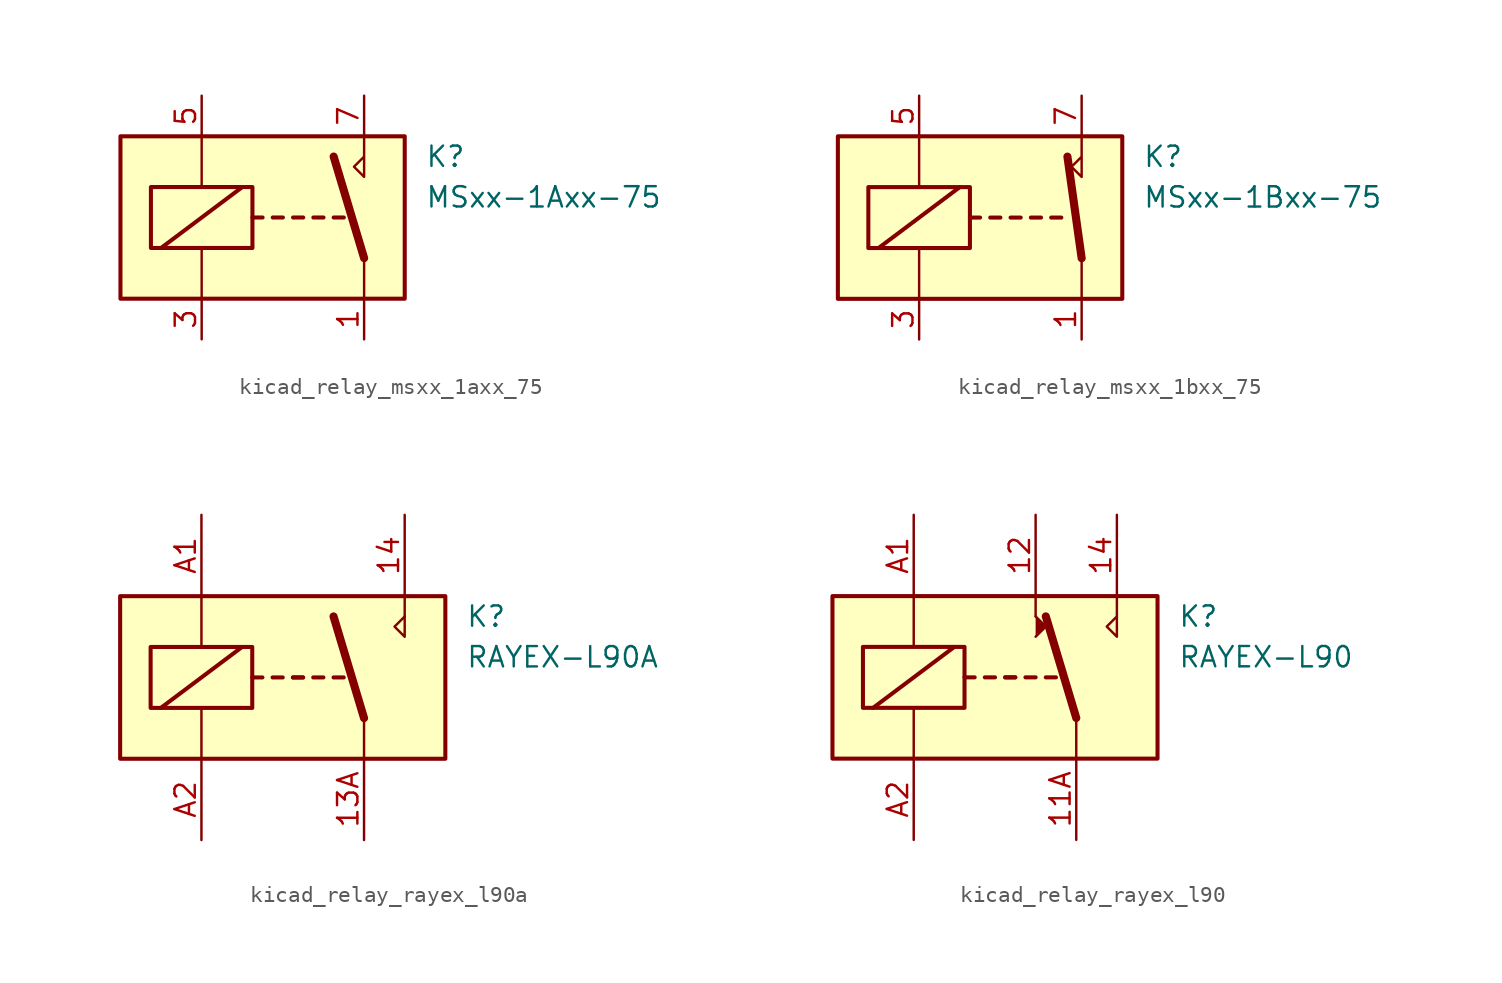
<source format=kicad_sym>
(kicad_symbol_lib
  (version 20220914)
  (generator kicad_symbol_editor)
  (symbol "kicad_relay_msxx_1axx_75"
    (property "Reference" "K"
      (at 8.89 3.81 0)
      (effects (font (size 1.27 1.27)) (justify left)))
    (property "Value" "MSxx-1Axx-75"
      (at 8.89 1.27 0)
      (effects (font (size 1.27 1.27)) (justify left)))
    (symbol "kicad_relay_msxx_1axx_75_0_0"
      (polyline (pts (xy 5.08 5.08) (xy 5.08 2.54) (xy 4.445 3.175) (xy 5.08 3.81)) (stroke (width 0) (type default)) (fill (type none))))
    (symbol "kicad_relay_msxx_1axx_75_0_1"
      (rectangle (start -10.16 5.08) (end 7.62 -5.08) (stroke (width 0.254) (type default)) (fill (type background)))
      (rectangle (start -8.255 1.905) (end -1.905 -1.905) (stroke (width 0.254) (type default)) (fill (type none)))
      (polyline (pts (xy -7.62 -1.905) (xy -2.54 1.905)) (stroke (width 0.254) (type default)) (fill (type none)))
      (polyline (pts (xy -5.08 -5.08) (xy -5.08 -1.905)) (stroke (width 0) (type default)) (fill (type none)))
      (polyline (pts (xy -5.08 5.08) (xy -5.08 1.905)) (stroke (width 0) (type default)) (fill (type none)))
      (polyline (pts (xy -1.905 0) (xy -1.27 0)) (stroke (width 0.254) (type default)) (fill (type none)))
      (polyline (pts (xy -0.635 0) (xy 0 0)) (stroke (width 0.254) (type default)) (fill (type none)))
      (polyline (pts (xy 0.635 0) (xy 1.27 0)) (stroke (width 0.254) (type default)) (fill (type none)))
      (polyline (pts (xy 1.905 0) (xy 2.54 0)) (stroke (width 0.254) (type default)) (fill (type none)))
      (polyline (pts (xy 3.175 0) (xy 3.81 0)) (stroke (width 0.254) (type default)) (fill (type none)))
      (polyline (pts (xy 5.08 -2.54) (xy 3.175 3.81)) (stroke (width 0.508) (type default)) (fill (type none)))
      (polyline (pts (xy 5.08 -2.54) (xy 5.08 -5.08)) (stroke (width 0) (type default)) (fill (type none))))
    (symbol "kicad_relay_msxx_1axx_75_1_1"
      (pin passive line (at 5.08 -7.62 90) (length 2.54) (name "~" (effects (font (size 1.27 1.27)))) (number "1" (effects (font (size 1.27 1.27)))))
      (pin passive line (at -5.08 -7.62 90) (length 2.54) (name "~" (effects (font (size 1.27 1.27)))) (number "3" (effects (font (size 1.27 1.27)))))
      (pin passive line (at -5.08 7.62 270) (length 2.54) (name "~" (effects (font (size 1.27 1.27)))) (number "5" (effects (font (size 1.27 1.27)))))
      (pin passive line (at 5.08 7.62 270) (length 2.54) (name "~" (effects (font (size 1.27 1.27)))) (number "7" (effects (font (size 1.27 1.27)))))))
  (symbol "kicad_relay_msxx_1bxx_75"
    (property "Reference" "K"
      (at 8.89 3.81 0)
      (effects (font (size 1.27 1.27)) (justify left)))
    (property "Value" "MSxx-1Bxx-75"
      (at 8.89 1.27 0)
      (effects (font (size 1.27 1.27)) (justify left)))
    (symbol "kicad_relay_msxx_1bxx_75_0_0"
      (polyline (pts (xy 5.08 5.08) (xy 5.08 2.54) (xy 4.445 3.175) (xy 5.08 3.81)) (stroke (width 0) (type default)) (fill (type none))))
    (symbol "kicad_relay_msxx_1bxx_75_0_1"
      (rectangle (start -10.16 5.08) (end 7.62 -5.08) (stroke (width 0.254) (type default)) (fill (type background)))
      (rectangle (start -8.255 1.905) (end -1.905 -1.905) (stroke (width 0.254) (type default)) (fill (type none)))
      (polyline (pts (xy -7.62 -1.905) (xy -2.54 1.905)) (stroke (width 0.254) (type default)) (fill (type none)))
      (polyline (pts (xy -5.08 -5.08) (xy -5.08 -1.905)) (stroke (width 0) (type default)) (fill (type none)))
      (polyline (pts (xy -5.08 5.08) (xy -5.08 1.905)) (stroke (width 0) (type default)) (fill (type none)))
      (polyline (pts (xy -1.905 0) (xy -1.27 0)) (stroke (width 0.254) (type default)) (fill (type none)))
      (polyline (pts (xy -0.635 0) (xy 0 0)) (stroke (width 0.254) (type default)) (fill (type none)))
      (polyline (pts (xy 0.635 0) (xy 1.27 0)) (stroke (width 0.254) (type default)) (fill (type none)))
      (polyline (pts (xy 1.905 0) (xy 2.54 0)) (stroke (width 0.254) (type default)) (fill (type none)))
      (polyline (pts (xy 3.175 0) (xy 3.81 0)) (stroke (width 0.254) (type default)) (fill (type none)))
      (polyline (pts (xy 5.08 -2.54) (xy 4.191 3.81)) (stroke (width 0.508) (type default)) (fill (type none)))
      (polyline (pts (xy 5.08 -2.54) (xy 5.08 -5.08)) (stroke (width 0) (type default)) (fill (type none))))
    (symbol "kicad_relay_msxx_1bxx_75_1_1"
      (pin passive line (at 5.08 -7.62 90) (length 2.54) (name "~" (effects (font (size 1.27 1.27)))) (number "1" (effects (font (size 1.27 1.27)))))
      (pin passive line (at -5.08 -7.62 90) (length 2.54) (name "~" (effects (font (size 1.27 1.27)))) (number "3" (effects (font (size 1.27 1.27)))))
      (pin passive line (at -5.08 7.62 270) (length 2.54) (name "~" (effects (font (size 1.27 1.27)))) (number "5" (effects (font (size 1.27 1.27)))))
      (pin passive line (at 5.08 7.62 270) (length 2.54) (name "~" (effects (font (size 1.27 1.27)))) (number "7" (effects (font (size 1.27 1.27)))))))
  (symbol "kicad_relay_rayex_l90a"
    (property "Reference" "K"
      (at 11.43 3.81 0)
      (effects (font (size 1.27 1.27)) (justify left)))
    (property "Value" "RAYEX-L90A"
      (at 11.43 1.27 0)
      (effects (font (size 1.27 1.27)) (justify left)))
    (symbol "kicad_relay_rayex_l90a_1_0"
      (polyline (pts (xy 7.62 3.81) (xy 7.62 5.08)) (stroke (width 0) (type default)) (fill (type none)))
      (polyline (pts (xy 7.62 3.81) (xy 7.62 2.54) (xy 6.985 3.175) (xy 7.62 3.81)) (stroke (width 0) (type default)) (fill (type none))))
    (symbol "kicad_relay_rayex_l90a_1_1"
      (rectangle (start -10.16 5.08) (end 10.16 -5.08) (stroke (width 0.254) (type default)) (fill (type background)))
      (rectangle (start -8.255 1.905) (end -1.905 -1.905) (stroke (width 0.254) (type default)) (fill (type none)))
      (polyline (pts (xy -7.62 -1.905) (xy -2.54 1.905)) (stroke (width 0.254) (type default)) (fill (type none)))
      (polyline (pts (xy -5.08 -5.08) (xy -5.08 -1.905)) (stroke (width 0) (type default)) (fill (type none)))
      (polyline (pts (xy -5.08 5.08) (xy -5.08 1.905)) (stroke (width 0) (type default)) (fill (type none)))
      (polyline (pts (xy -1.905 0) (xy -1.27 0)) (stroke (width 0.254) (type default)) (fill (type none)))
      (polyline (pts (xy -0.635 0) (xy 0 0)) (stroke (width 0.254) (type default)) (fill (type none)))
      (polyline (pts (xy 0.635 0) (xy 1.27 0)) (stroke (width 0.254) (type default)) (fill (type none)))
      (polyline (pts (xy 0.635 0) (xy 1.27 0)) (stroke (width 0.254) (type default)) (fill (type none)))
      (polyline (pts (xy 1.905 0) (xy 2.54 0)) (stroke (width 0.254) (type default)) (fill (type none)))
      (polyline (pts (xy 3.175 0) (xy 3.81 0)) (stroke (width 0.254) (type default)) (fill (type none)))
      (polyline (pts (xy 5.08 -2.54) (xy 3.175 3.81)) (stroke (width 0.508) (type default)) (fill (type none)))
      (polyline (pts (xy 5.08 -2.54) (xy 5.08 -5.08)) (stroke (width 0) (type default)) (fill (type none)))
      (pin passive line (at 5.08 -10.16 90) (length 5.08) (name "~" (effects (font (size 1.27 1.27)))) (number "13A" (effects (font (size 1.27 1.27)))))
      (pin passive line (at 5.08 -10.16 90) (length 5.08) hide (name "~" (effects (font (size 1.27 1.27)))) (number "13B" (effects (font (size 1.27 1.27)))))
      (pin passive line (at 7.62 10.16 270) (length 5.08) (name "~" (effects (font (size 1.27 1.27)))) (number "14" (effects (font (size 1.27 1.27)))))
      (pin passive line (at -5.08 10.16 270) (length 5.08) (name "~" (effects (font (size 1.27 1.27)))) (number "A1" (effects (font (size 1.27 1.27)))))
      (pin passive line (at -5.08 -10.16 90) (length 5.08) (name "~" (effects (font (size 1.27 1.27)))) (number "A2" (effects (font (size 1.27 1.27)))))))
  (symbol "kicad_relay_rayex_l90"
    (property "Reference" "K"
      (at 11.43 3.81 0)
      (effects (font (size 1.27 1.27)) (justify left)))
    (property "Value" "RAYEX-L90"
      (at 11.43 1.27 0)
      (effects (font (size 1.27 1.27)) (justify left)))
    (symbol "kicad_relay_rayex_l90_1_0"
      (polyline (pts (xy 2.54 3.81) (xy 2.54 5.08)) (stroke (width 0) (type default)) (fill (type none)))
      (polyline (pts (xy 7.62 3.81) (xy 7.62 5.08)) (stroke (width 0) (type default)) (fill (type none)))
      (polyline (pts (xy 7.62 3.81) (xy 7.62 2.54) (xy 6.985 3.175) (xy 7.62 3.81)) (stroke (width 0) (type default)) (fill (type none))))
    (symbol "kicad_relay_rayex_l90_1_1"
      (rectangle (start -10.16 5.08) (end 10.16 -5.08) (stroke (width 0.254) (type default)) (fill (type background)))
      (rectangle (start -8.255 1.905) (end -1.905 -1.905) (stroke (width 0.254) (type default)) (fill (type none)))
      (polyline (pts (xy -7.62 -1.905) (xy -2.54 1.905)) (stroke (width 0.254) (type default)) (fill (type none)))
      (polyline (pts (xy -5.08 -5.08) (xy -5.08 -1.905)) (stroke (width 0) (type default)) (fill (type none)))
      (polyline (pts (xy -5.08 5.08) (xy -5.08 1.905)) (stroke (width 0) (type default)) (fill (type none)))
      (polyline (pts (xy -1.905 0) (xy -1.27 0)) (stroke (width 0.254) (type default)) (fill (type none)))
      (polyline (pts (xy -0.635 0) (xy 0 0)) (stroke (width 0.254) (type default)) (fill (type none)))
      (polyline (pts (xy 0.635 0) (xy 1.27 0)) (stroke (width 0.254) (type default)) (fill (type none)))
      (polyline (pts (xy 0.635 0) (xy 1.27 0)) (stroke (width 0.254) (type default)) (fill (type none)))
      (polyline (pts (xy 1.905 0) (xy 2.54 0)) (stroke (width 0.254) (type default)) (fill (type none)))
      (polyline (pts (xy 3.175 0) (xy 3.81 0)) (stroke (width 0.254) (type default)) (fill (type none)))
      (polyline (pts (xy 5.08 -2.54) (xy 3.175 3.81)) (stroke (width 0.508) (type default)) (fill (type none)))
      (polyline (pts (xy 5.08 -2.54) (xy 5.08 -5.08)) (stroke (width 0) (type default)) (fill (type none)))
      (polyline (pts (xy 2.54 2.54) (xy 3.175 3.175) (xy 2.54 3.81)) (stroke (width 0) (type default)) (fill (type outline)))
      (pin passive line (at 5.08 -10.16 90) (length 5.08) (name "~" (effects (font (size 1.27 1.27)))) (number "11A" (effects (font (size 1.27 1.27)))))
      (pin passive line (at 5.08 -10.16 90) (length 5.08) hide (name "~" (effects (font (size 1.27 1.27)))) (number "11B" (effects (font (size 1.27 1.27)))))
      (pin passive line (at 2.54 10.16 270) (length 5.08) (name "~" (effects (font (size 1.27 1.27)))) (number "12" (effects (font (size 1.27 1.27)))))
      (pin passive line (at 7.62 10.16 270) (length 5.08) (name "~" (effects (font (size 1.27 1.27)))) (number "14" (effects (font (size 1.27 1.27)))))
      (pin passive line (at -5.08 10.16 270) (length 5.08) (name "~" (effects (font (size 1.27 1.27)))) (number "A1" (effects (font (size 1.27 1.27)))))
      (pin passive line (at -5.08 -10.16 90) (length 5.08) (name "~" (effects (font (size 1.27 1.27)))) (number "A2" (effects (font (size 1.27 1.27))))))))
</source>
